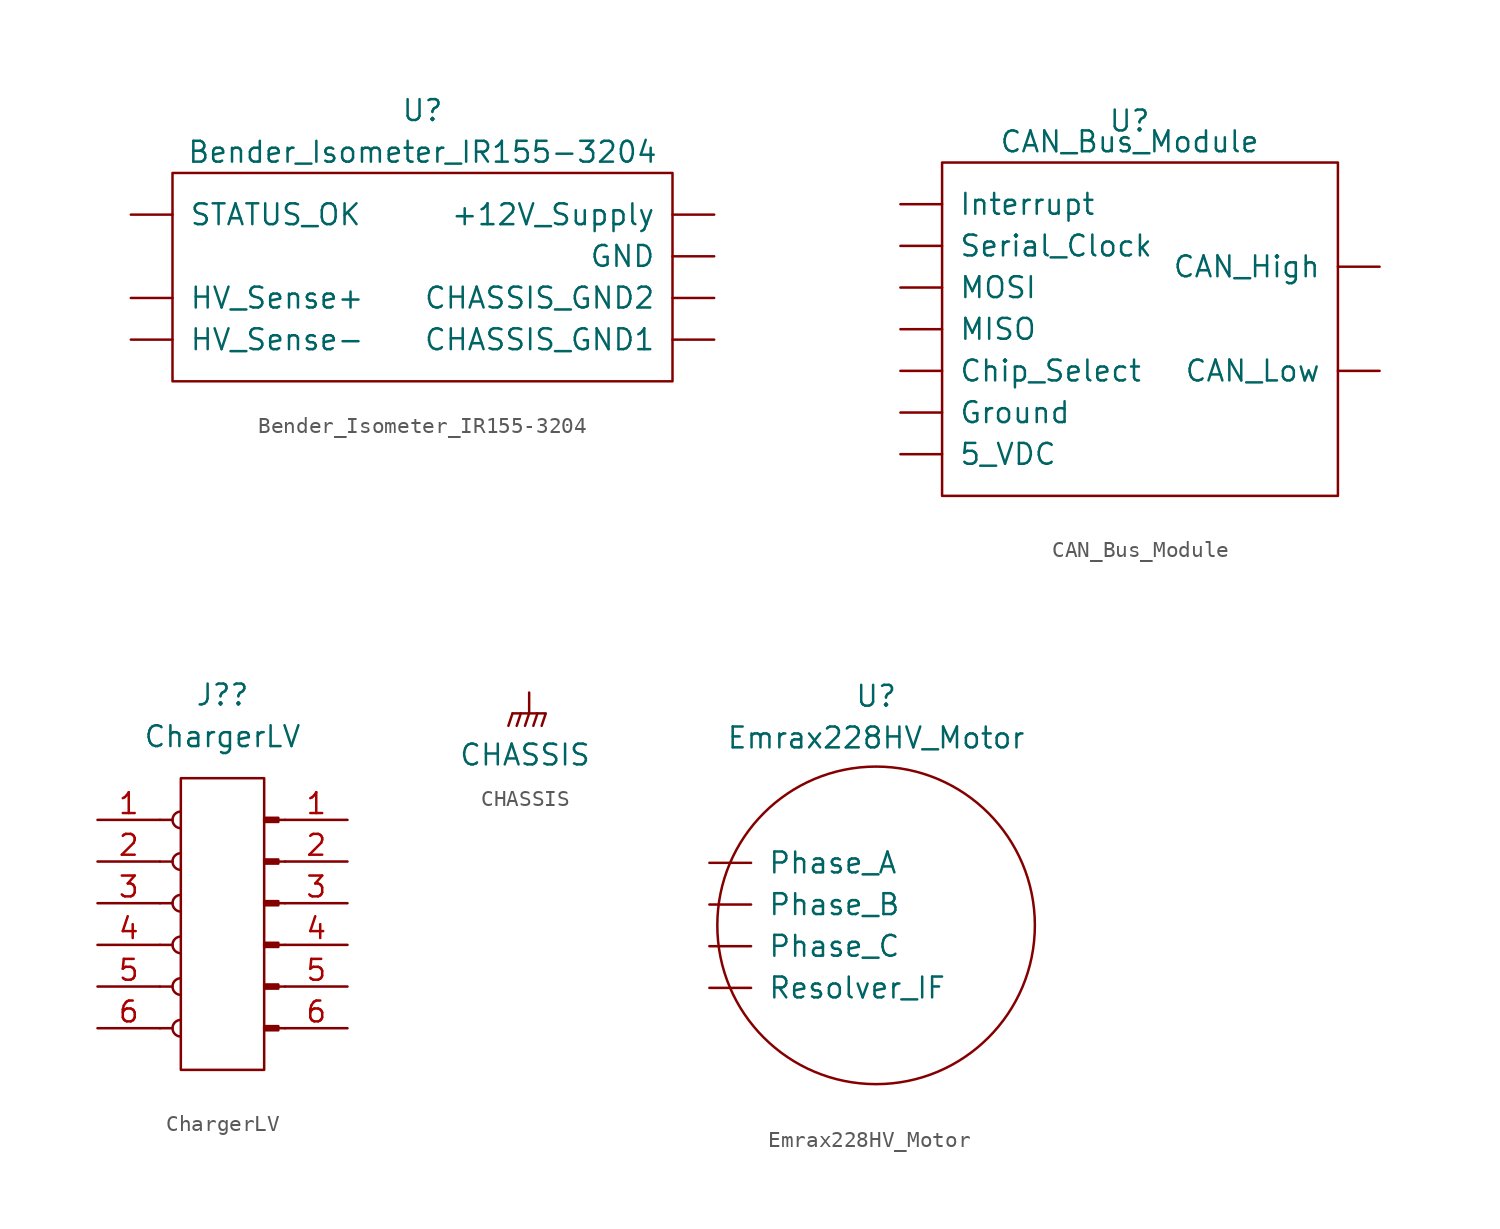
<source format=kicad_sym>
(kicad_symbol_lib
  (version 20211014)
  (generator kicad_symbol_editor)
  (symbol "Bender_Isometer_IR155-3204"
    (pin_names
      (offset 1.016))
    (property "Reference" "U"
      (at 0 2.54 0)
      (effects (font (size 1.27 1.27))))
    (property "Value" "Bender_Isometer_IR155-3204"
      (at 0 0 0)
      (effects (font (size 1.27 1.27))))
    (symbol "Bender_Isometer_IR155-3204_0_1"
      (rectangle (start 15.24 -13.97) (end -15.24 -1.27) (stroke (width 0) (type default) (color 0 0 0 0)) (fill (type none))))
    (symbol "Bender_Isometer_IR155-3204_1_1"
      (pin input line (at 17.78 -3.81 180) (length 2.54) (name "+12V_Supply" (effects (font (size 1.27 1.27)))) (number "~" (effects (font (size 1.27 1.27)))))
      (pin input line (at 17.78 -11.43 180) (length 2.54) (name "CHASSIS_GND1" (effects (font (size 1.27 1.27)))) (number "~" (effects (font (size 1.27 1.27)))))
      (pin input line (at 17.78 -8.89 180) (length 2.54) (name "CHASSIS_GND2" (effects (font (size 1.27 1.27)))) (number "~" (effects (font (size 1.27 1.27)))))
      (pin input line (at 17.78 -6.35 180) (length 2.54) (name "GND" (effects (font (size 1.27 1.27)))) (number "~" (effects (font (size 1.27 1.27)))))
      (pin input line (at -17.78 -8.89 0) (length 2.54) (name "HV_Sense+" (effects (font (size 1.27 1.27)))) (number "~" (effects (font (size 1.27 1.27)))))
      (pin input line (at -17.78 -11.43 0) (length 2.54) (name "HV_Sense-" (effects (font (size 1.27 1.27)))) (number "~" (effects (font (size 1.27 1.27)))))
      (pin output line (at -17.78 -3.81 0) (length 2.54) (name "STATUS_OK" (effects (font (size 1.27 1.27)))) (number "~" (effects (font (size 1.27 1.27)))))))
  (symbol "CAN_Bus_Module"
    (pin_names
      (offset 1.016))
    (property "Reference" "U"
      (at 0 1.27 0)
      (effects (font (size 1.27 1.27))))
    (property "Value" "CAN_Bus_Module"
      (at 0 0 0)
      (effects (font (size 1.27 1.27))))
    (symbol "CAN_Bus_Module_0_1"
      (rectangle (start -11.43 -1.27) (end 12.7 -21.59) (stroke (width 0) (type default) (color 0 0 0 0)) (fill (type none))))
    (symbol "CAN_Bus_Module_1_1"
      (pin input line (at -13.97 -19.05 0) (length 2.54) (name "5_VDC" (effects (font (size 1.27 1.27)))) (number "~" (effects (font (size 1.27 1.27)))))
      (pin input line (at 15.24 -7.62 180) (length 2.54) (name "CAN_High" (effects (font (size 1.27 1.27)))) (number "~" (effects (font (size 1.27 1.27)))))
      (pin input line (at 15.24 -13.97 180) (length 2.54) (name "CAN_Low" (effects (font (size 1.27 1.27)))) (number "~" (effects (font (size 1.27 1.27)))))
      (pin input line (at -13.97 -13.97 0) (length 2.54) (name "Chip_Select" (effects (font (size 1.27 1.27)))) (number "~" (effects (font (size 1.27 1.27)))))
      (pin input line (at -13.97 -16.51 0) (length 2.54) (name "Ground" (effects (font (size 1.27 1.27)))) (number "~" (effects (font (size 1.27 1.27)))))
      (pin input line (at -13.97 -3.81 0) (length 2.54) (name "Interrupt" (effects (font (size 1.27 1.27)))) (number "~" (effects (font (size 1.27 1.27)))))
      (pin input line (at -13.97 -11.43 0) (length 2.54) (name "MISO" (effects (font (size 1.27 1.27)))) (number "~" (effects (font (size 1.27 1.27)))))
      (pin input line (at -13.97 -8.89 0) (length 2.54) (name "MOSI" (effects (font (size 1.27 1.27)))) (number "~" (effects (font (size 1.27 1.27)))))
      (pin input line (at -13.97 -6.35 0) (length 2.54) (name "Serial_Clock" (effects (font (size 1.27 1.27)))) (number "~" (effects (font (size 1.27 1.27)))))))
  (symbol "ChargerLV"
    (pin_names
      (offset 1.016) hide)
    (property "Reference" "J?"
      (at 0 12.7 0)
      (effects (font (size 1.27 1.27))))
    (property "Value" "ChargerLV"
      (at 0 10.16 0)
      (effects (font (size 1.27 1.27))))
    (symbol "ChargerLV_0_1"
      (rectangle (start -2.54 7.62) (end 2.54 -10.16) (stroke (width 0) (type default) (color 0 0 0 0)) (fill (type none))))
    (symbol "ChargerLV_1_1"
      (arc (start -2.54 -7.112) (mid -3.048 -7.62) (end -2.54 -8.128) (stroke (width 0.1524) (type default) (color 0 0 0 0)) (fill (type none)))
      (arc (start -2.54 -4.572) (mid -3.048 -5.08) (end -2.54 -5.588) (stroke (width 0.1524) (type default) (color 0 0 0 0)) (fill (type none)))
      (arc (start -2.54 -2.032) (mid -3.048 -2.54) (end -2.54 -3.048) (stroke (width 0.1524) (type default) (color 0 0 0 0)) (fill (type none)))
      (arc (start -2.54 0.508) (mid -3.048 0) (end -2.54 -0.508) (stroke (width 0.1524) (type default) (color 0 0 0 0)) (fill (type none)))
      (arc (start -2.54 3.048) (mid -3.048 2.54) (end -2.54 2.032) (stroke (width 0.1524) (type default) (color 0 0 0 0)) (fill (type none)))
      (arc (start -2.54 5.588) (mid -3.048 5.08) (end -2.54 4.572) (stroke (width 0.1524) (type default) (color 0 0 0 0)) (fill (type none)))
      (polyline (pts (xy -3.81 -7.62) (xy -3.048 -7.62)) (stroke (width 0.152) (type default) (color 0 0 0 0)) (fill (type none)))
      (polyline (pts (xy -3.81 -5.08) (xy -3.048 -5.08)) (stroke (width 0.152) (type default) (color 0 0 0 0)) (fill (type none)))
      (polyline (pts (xy -3.81 -2.54) (xy -3.048 -2.54)) (stroke (width 0.152) (type default) (color 0 0 0 0)) (fill (type none)))
      (polyline (pts (xy -3.81 0) (xy -3.048 0)) (stroke (width 0.152) (type default) (color 0 0 0 0)) (fill (type none)))
      (polyline (pts (xy -3.81 2.54) (xy -3.048 2.54)) (stroke (width 0.152) (type default) (color 0 0 0 0)) (fill (type none)))
      (polyline (pts (xy -3.81 5.08) (xy -3.048 5.08)) (stroke (width 0.152) (type default) (color 0 0 0 0)) (fill (type none)))
      (polyline (pts (xy 3.81 -7.62) (xy 3.404 -7.62)) (stroke (width 0.152) (type default) (color 0 0 0 0)) (fill (type none)))
      (polyline (pts (xy 3.81 -5.08) (xy 3.404 -5.08)) (stroke (width 0.152) (type default) (color 0 0 0 0)) (fill (type none)))
      (polyline (pts (xy 3.81 -2.54) (xy 3.404 -2.54)) (stroke (width 0.152) (type default) (color 0 0 0 0)) (fill (type none)))
      (polyline (pts (xy 3.81 0) (xy 3.404 0)) (stroke (width 0.152) (type default) (color 0 0 0 0)) (fill (type none)))
      (polyline (pts (xy 3.81 2.54) (xy 3.404 2.54)) (stroke (width 0.152) (type default) (color 0 0 0 0)) (fill (type none)))
      (polyline (pts (xy 3.81 5.08) (xy 3.404 5.08)) (stroke (width 0.152) (type default) (color 0 0 0 0)) (fill (type none)))
      (rectangle (start 3.404 -7.493) (end 2.54 -7.747) (stroke (width 0.152) (type default) (color 0 0 0 0)) (fill (type outline)))
      (rectangle (start 3.404 -4.953) (end 2.54 -5.207) (stroke (width 0.152) (type default) (color 0 0 0 0)) (fill (type outline)))
      (rectangle (start 3.404 -2.413) (end 2.54 -2.667) (stroke (width 0.152) (type default) (color 0 0 0 0)) (fill (type outline)))
      (rectangle (start 3.404 0.127) (end 2.54 -0.127) (stroke (width 0.152) (type default) (color 0 0 0 0)) (fill (type outline)))
      (rectangle (start 3.404 2.667) (end 2.54 2.413) (stroke (width 0.152) (type default) (color 0 0 0 0)) (fill (type outline)))
      (rectangle (start 3.404 5.207) (end 2.54 4.953) (stroke (width 0.152) (type default) (color 0 0 0 0)) (fill (type outline)))
      (pin passive line (at -7.62 5.08 0) (length 3.81) (name "Pin_1" (effects (font (size 1.27 1.27)))) (number "1" (effects (font (size 1.27 1.27)))))
      (pin passive line (at 7.62 5.08 180) (length 3.81) (name "Pin_1" (effects (font (size 1.27 1.27)))) (number "1" (effects (font (size 1.27 1.27)))))
      (pin passive line (at -7.62 2.54 0) (length 3.81) (name "Pin_2" (effects (font (size 1.27 1.27)))) (number "2" (effects (font (size 1.27 1.27)))))
      (pin passive line (at 7.62 2.54 180) (length 3.81) (name "Pin_2" (effects (font (size 1.27 1.27)))) (number "2" (effects (font (size 1.27 1.27)))))
      (pin passive line (at -7.62 0 0) (length 3.81) (name "Pin_3" (effects (font (size 1.27 1.27)))) (number "3" (effects (font (size 1.27 1.27)))))
      (pin passive line (at 7.62 0 180) (length 3.81) (name "Pin_3" (effects (font (size 1.27 1.27)))) (number "3" (effects (font (size 1.27 1.27)))))
      (pin passive line (at -7.62 -2.54 0) (length 3.81) (name "Pin_4" (effects (font (size 1.27 1.27)))) (number "4" (effects (font (size 1.27 1.27)))))
      (pin passive line (at 7.62 -2.54 180) (length 3.81) (name "Pin_4" (effects (font (size 1.27 1.27)))) (number "4" (effects (font (size 1.27 1.27)))))
      (pin passive line (at -7.62 -5.08 0) (length 3.81) (name "Pin_5" (effects (font (size 1.27 1.27)))) (number "5" (effects (font (size 1.27 1.27)))))
      (pin passive line (at 7.62 -5.08 180) (length 3.81) (name "Pin_5" (effects (font (size 1.27 1.27)))) (number "5" (effects (font (size 1.27 1.27)))))
      (pin passive line (at -7.62 -7.62 0) (length 3.81) (name "Pin_6" (effects (font (size 1.27 1.27)))) (number "6" (effects (font (size 1.27 1.27)))))
      (pin passive line (at 7.62 -7.62 180) (length 3.81) (name "Pin_6" (effects (font (size 1.27 1.27)))) (number "6" (effects (font (size 1.27 1.27)))))))
  (symbol "CHASSIS"
    (property "Reference" "-"
      (at 1.016 5.334 0)
      (effects (font (size 1.27 1.27)) hide))
    (property "Value" "CHASSIS"
      (at -0.254 -3.81 0)
      (effects (font (size 1.27 1.27))))
    (symbol "CHASSIS_0_1"
      (polyline (pts (xy -1.016 -1.27) (xy -1.27 -2.032)) (stroke (width 0.152) (type default) (color 0 0 0 0)) (fill (type none)))
      (polyline (pts (xy -0.508 -1.27) (xy -0.762 -2.032)) (stroke (width 0.152) (type default) (color 0 0 0 0)) (fill (type none)))
      (polyline (pts (xy 0 -1.27) (xy -0.254 -2.032)) (stroke (width 0.152) (type default) (color 0 0 0 0)) (fill (type none)))
      (polyline (pts (xy 0.508 -1.27) (xy 0.254 -2.032)) (stroke (width 0.152) (type default) (color 0 0 0 0)) (fill (type none)))
      (polyline (pts (xy 0 0) (xy 0 -1.27) (xy -1.016 -1.27) (xy 1.016 -1.27) (xy 0.762 -2.032)) (stroke (width 0.152) (type default) (color 0 0 0 0)) (fill (type none))))
    (symbol "CHASSIS_1_1"
      (pin input line (at 0 0 90) (length 2.54) hide (name "-" (effects (font (size 1.27 1.27)))) (number "" (effects (font (size 1.27 1.27)))))))
  (symbol "Emrax228HV_Motor"
    (pin_names
      (offset 1.016))
    (property "Reference" "U"
      (at 0 3.81 0)
      (effects (font (size 1.27 1.27))))
    (property "Value" "Emrax228HV_Motor"
      (at 0 1.27 0)
      (effects (font (size 1.27 1.27))))
    (symbol "Emrax228HV_Motor_0_1"
      (circle (center 0 -10.16) (radius 9.677) (stroke (width 0) (type default) (color 0 0 0 0)) (fill (type none))))
    (symbol "Emrax228HV_Motor_1_1"
      (pin input line (at -10.16 -6.35 0) (length 2.54) (name "Phase_A" (effects (font (size 1.27 1.27)))) (number "~" (effects (font (size 1.27 1.27)))))
      (pin input line (at -10.16 -8.89 0) (length 2.54) (name "Phase_B" (effects (font (size 1.27 1.27)))) (number "~" (effects (font (size 1.27 1.27)))))
      (pin input line (at -10.16 -11.43 0) (length 2.54) (name "Phase_C" (effects (font (size 1.27 1.27)))) (number "~" (effects (font (size 1.27 1.27)))))
      (pin input line (at -10.16 -13.97 0) (length 2.54) (name "Resolver_IF" (effects (font (size 1.27 1.27)))) (number "~" (effects (font (size 1.27 1.27))))))))
</source>
